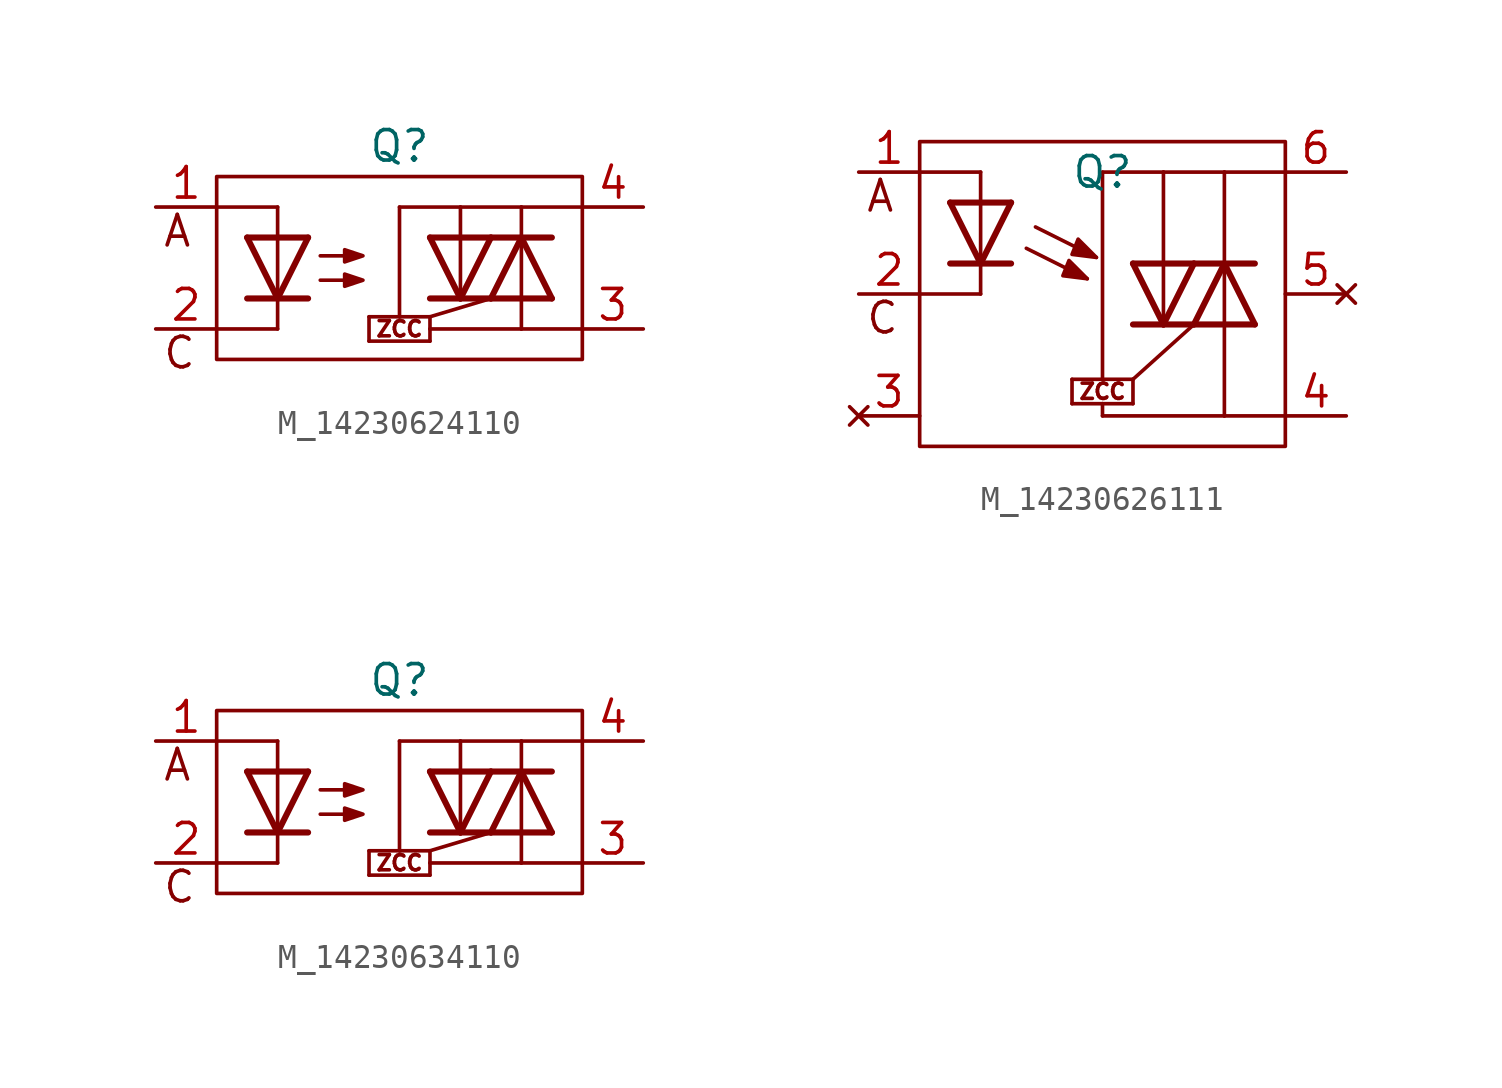
<source format=kicad_sym>
(kicad_symbol_lib
  (version 20220914)
  (generator kicad_symbol_editor)
  (symbol "M_14230624110"
    (pin_names hide)
    (property "Reference" "Q"
      (at 0 5.08 0)
      (effects (font (size 1.27 1.27))))
    (symbol "M_14230624110_0_0"
      (polyline (pts (xy -5.08 -2.54) (xy -7.62 -2.54)) (stroke (width 0.152) (type default)) (fill (type none)))
      (polyline (pts (xy -5.08 -1.27) (xy -6.35 -1.27)) (stroke (width 0.254) (type default)) (fill (type none)))
      (polyline (pts (xy -5.08 -1.27) (xy -6.35 1.27)) (stroke (width 0.254) (type default)) (fill (type none)))
      (polyline (pts (xy -5.08 -1.27) (xy -5.08 -2.54)) (stroke (width 0.152) (type default)) (fill (type none)))
      (polyline (pts (xy -5.08 1.27) (xy -6.35 1.27)) (stroke (width 0.254) (type default)) (fill (type none)))
      (polyline (pts (xy -5.08 1.27) (xy -5.08 -1.27)) (stroke (width 0.152) (type default)) (fill (type none)))
      (polyline (pts (xy -5.08 1.27) (xy -5.08 2.54)) (stroke (width 0.152) (type default)) (fill (type none)))
      (polyline (pts (xy -3.81 -1.27) (xy -5.08 -1.27)) (stroke (width 0.254) (type default)) (fill (type none)))
      (polyline (pts (xy -3.81 1.27) (xy -5.08 -1.27)) (stroke (width 0.254) (type default)) (fill (type none)))
      (polyline (pts (xy -3.81 1.27) (xy -5.08 1.27)) (stroke (width 0.254) (type default)) (fill (type none)))
      (polyline (pts (xy -3.302 -0.508) (xy -2.032 -0.508)) (stroke (width 0.152) (type default)) (fill (type none)))
      (polyline (pts (xy -3.302 0.508) (xy -2.032 0.508)) (stroke (width 0.152) (type default)) (fill (type none)))
      (polyline (pts (xy -1.27 -3.048) (xy -1.27 -2.032)) (stroke (width 0.152) (type default)) (fill (type none)))
      (polyline (pts (xy -1.27 -2.032) (xy 0 -2.032)) (stroke (width 0.152) (type default)) (fill (type none)))
      (polyline (pts (xy 0 -2.032) (xy 1.27 -2.032)) (stroke (width 0.152) (type default)) (fill (type none)))
      (polyline (pts (xy 0 2.54) (xy 0 -2.032)) (stroke (width 0.152) (type default)) (fill (type none)))
      (polyline (pts (xy 1.27 -3.048) (xy -1.27 -3.048)) (stroke (width 0.152) (type default)) (fill (type none)))
      (polyline (pts (xy 1.27 -2.54) (xy 1.27 -3.048)) (stroke (width 0.152) (type default)) (fill (type none)))
      (polyline (pts (xy 1.27 -2.54) (xy 5.08 -2.54)) (stroke (width 0.152) (type default)) (fill (type none)))
      (polyline (pts (xy 1.27 -2.032) (xy 1.27 -2.54)) (stroke (width 0.152) (type default)) (fill (type none)))
      (polyline (pts (xy 2.54 -1.27) (xy 1.27 -1.27)) (stroke (width 0.254) (type default)) (fill (type none)))
      (polyline (pts (xy 2.54 -1.27) (xy 1.27 1.27)) (stroke (width 0.254) (type default)) (fill (type none)))
      (polyline (pts (xy 2.54 1.27) (xy 1.27 1.27)) (stroke (width 0.254) (type default)) (fill (type none)))
      (polyline (pts (xy 2.54 1.27) (xy 2.54 -1.27)) (stroke (width 0.152) (type default)) (fill (type none)))
      (polyline (pts (xy 2.54 1.27) (xy 2.54 2.54)) (stroke (width 0.152) (type default)) (fill (type none)))
      (polyline (pts (xy 2.54 2.54) (xy 0 2.54)) (stroke (width 0.152) (type default)) (fill (type none)))
      (polyline (pts (xy 3.81 -1.27) (xy 1.27 -2.032)) (stroke (width 0.152) (type default)) (fill (type none)))
      (polyline (pts (xy 3.81 -1.27) (xy 2.54 -1.27)) (stroke (width 0.254) (type default)) (fill (type none)))
      (polyline (pts (xy 3.81 -1.27) (xy 5.08 -1.27)) (stroke (width 0.254) (type default)) (fill (type none)))
      (polyline (pts (xy 3.81 -1.27) (xy 5.08 1.27)) (stroke (width 0.254) (type default)) (fill (type none)))
      (polyline (pts (xy 3.81 1.27) (xy 2.54 -1.27)) (stroke (width 0.254) (type default)) (fill (type none)))
      (polyline (pts (xy 3.81 1.27) (xy 2.54 1.27)) (stroke (width 0.254) (type default)) (fill (type none)))
      (polyline (pts (xy 3.81 1.27) (xy 5.08 1.27)) (stroke (width 0.254) (type default)) (fill (type none)))
      (polyline (pts (xy 5.08 -1.27) (xy 5.08 -2.54)) (stroke (width 0.152) (type default)) (fill (type none)))
      (polyline (pts (xy 5.08 -1.27) (xy 5.08 1.27)) (stroke (width 0.152) (type default)) (fill (type none)))
      (polyline (pts (xy 5.08 -1.27) (xy 6.35 -1.27)) (stroke (width 0.254) (type default)) (fill (type none)))
      (polyline (pts (xy 5.08 1.27) (xy 5.08 2.54)) (stroke (width 0.152) (type default)) (fill (type none)))
      (polyline (pts (xy 5.08 1.27) (xy 6.35 -1.27)) (stroke (width 0.254) (type default)) (fill (type none)))
      (polyline (pts (xy 5.08 1.27) (xy 6.35 1.27)) (stroke (width 0.254) (type default)) (fill (type none)))
      (polyline (pts (xy 5.08 2.54) (xy 2.54 2.54)) (stroke (width 0.152) (type default)) (fill (type none)))
      (polyline (pts (xy 7.62 -2.54) (xy 5.08 -2.54)) (stroke (width 0.152) (type default)) (fill (type none)))
      (polyline (pts (xy 7.62 2.54) (xy 5.08 2.54)) (stroke (width 0.152) (type default)) (fill (type none)))
      (polyline (pts (xy -2.286 -0.254) (xy -1.524 -0.508) (xy -2.286 -0.762) (xy -2.286 -0.254)) (stroke (width 0.152) (type default)) (fill (type outline)))
      (polyline (pts (xy -2.286 0.762) (xy -1.524 0.508) (xy -2.286 0.254) (xy -2.286 0.762)) (stroke (width 0.152) (type default)) (fill (type outline)))
      (text "A" (at -9.906 2.286 0) (effects (font (size 1.27 1.27)) (justify left top)))
      (text "C" (at -9.906 -2.794 0) (effects (font (size 1.27 1.27)) (justify left top))))
    (symbol "M_14230624110_0_1"
      (rectangle (start -7.62 3.81) (end 7.62 -3.81) (stroke (width 0) (type default)) (fill (type none))))
    (symbol "M_14230624110_1_0"
      (polyline (pts (xy -5.08 2.54) (xy -7.62 2.54)) (stroke (width 0.152) (type default)) (fill (type none)))
      (text "ZCC" (at 0 -2.54 0) (effects (font (size 0.635 0.635))))
      (pin passive line (at -10.16 2.54 0) (length 2.54) (name "Anode" (effects (font (size 1.27 1.27)))) (number "1" (effects (font (size 1.27 1.27)))))
      (pin passive line (at -10.16 -2.54 0) (length 2.54) (name "Cathode" (effects (font (size 1.27 1.27)))) (number "2" (effects (font (size 1.27 1.27)))))
      (pin passive line (at 10.16 -2.54 180) (length 2.54) (name "Teminal" (effects (font (size 1.27 1.27)))) (number "3" (effects (font (size 1.27 1.27)))))
      (pin passive line (at 10.16 2.54 180) (length 2.54) (name "Teminal" (effects (font (size 1.27 1.27)))) (number "4" (effects (font (size 1.27 1.27)))))))
  (symbol "M_14230626111"
    (pin_names hide)
    (property "Reference" "Q"
      (at 0 5.08 0)
      (effects (font (size 1.27 1.27))))
    (symbol "M_14230626111_0_0"
      (rectangle (start -7.62 6.35) (end 7.62 -6.35) (stroke (width 0) (type default)) (fill (type none)))
      (polyline (pts (xy -5.08 0) (xy -7.62 0)) (stroke (width 0.152) (type default)) (fill (type none)))
      (polyline (pts (xy -5.08 1.27) (xy -6.35 1.27)) (stroke (width 0.254) (type default)) (fill (type none)))
      (polyline (pts (xy -5.08 1.27) (xy -6.35 3.81)) (stroke (width 0.254) (type default)) (fill (type none)))
      (polyline (pts (xy -5.08 1.27) (xy -5.08 0)) (stroke (width 0.152) (type default)) (fill (type none)))
      (polyline (pts (xy -5.08 3.81) (xy -6.35 3.81)) (stroke (width 0.254) (type default)) (fill (type none)))
      (polyline (pts (xy -5.08 3.81) (xy -5.08 1.27)) (stroke (width 0.152) (type default)) (fill (type none)))
      (polyline (pts (xy -5.08 3.81) (xy -5.08 5.08)) (stroke (width 0.152) (type default)) (fill (type none)))
      (polyline (pts (xy -5.08 5.08) (xy -7.62 5.08)) (stroke (width 0.152) (type default)) (fill (type none)))
      (polyline (pts (xy -3.81 1.27) (xy -5.08 1.27)) (stroke (width 0.254) (type default)) (fill (type none)))
      (polyline (pts (xy -3.81 3.81) (xy -5.08 1.27)) (stroke (width 0.254) (type default)) (fill (type none)))
      (polyline (pts (xy -3.81 3.81) (xy -5.08 3.81)) (stroke (width 0.254) (type default)) (fill (type none)))
      (polyline (pts (xy -3.175 1.905) (xy -0.635 0.635)) (stroke (width 0.152) (type default)) (fill (type none)))
      (polyline (pts (xy -2.794 2.794) (xy -0.254 1.524)) (stroke (width 0.152) (type default)) (fill (type none)))
      (polyline (pts (xy -1.27 -4.572) (xy -1.27 -3.556)) (stroke (width 0.152) (type default)) (fill (type none)))
      (polyline (pts (xy -1.27 -3.556) (xy 0 -3.556)) (stroke (width 0.152) (type default)) (fill (type none)))
      (polyline (pts (xy 0 -5.08) (xy 5.08 -5.08)) (stroke (width 0.152) (type default)) (fill (type none)))
      (polyline (pts (xy 0 -4.572) (xy -1.27 -4.572)) (stroke (width 0.152) (type default)) (fill (type none)))
      (polyline (pts (xy 0 -4.572) (xy 0 -5.08)) (stroke (width 0.152) (type default)) (fill (type none)))
      (polyline (pts (xy 0 -3.556) (xy 1.27 -3.556)) (stroke (width 0.152) (type default)) (fill (type none)))
      (polyline (pts (xy 0 5.08) (xy 0 -3.556)) (stroke (width 0.152) (type default)) (fill (type none)))
      (polyline (pts (xy 1.27 -4.572) (xy 0 -4.572)) (stroke (width 0.152) (type default)) (fill (type none)))
      (polyline (pts (xy 1.27 -3.556) (xy 1.27 -4.572)) (stroke (width 0.152) (type default)) (fill (type none)))
      (polyline (pts (xy 1.27 -3.556) (xy 3.81 -1.27)) (stroke (width 0.152) (type default)) (fill (type none)))
      (polyline (pts (xy 2.54 -1.27) (xy 1.27 -1.27)) (stroke (width 0.254) (type default)) (fill (type none)))
      (polyline (pts (xy 2.54 -1.27) (xy 1.27 1.27)) (stroke (width 0.254) (type default)) (fill (type none)))
      (polyline (pts (xy 2.54 1.27) (xy 1.27 1.27)) (stroke (width 0.254) (type default)) (fill (type none)))
      (polyline (pts (xy 2.54 1.27) (xy 2.54 -1.27)) (stroke (width 0.152) (type default)) (fill (type none)))
      (polyline (pts (xy 2.54 1.27) (xy 2.54 5.08)) (stroke (width 0.152) (type default)) (fill (type none)))
      (polyline (pts (xy 2.54 5.08) (xy 0 5.08)) (stroke (width 0.152) (type default)) (fill (type none)))
      (polyline (pts (xy 3.81 -1.27) (xy 2.54 -1.27)) (stroke (width 0.254) (type default)) (fill (type none)))
      (polyline (pts (xy 3.81 -1.27) (xy 5.08 -1.27)) (stroke (width 0.254) (type default)) (fill (type none)))
      (polyline (pts (xy 3.81 -1.27) (xy 5.08 1.27)) (stroke (width 0.254) (type default)) (fill (type none)))
      (polyline (pts (xy 3.81 1.27) (xy 2.54 -1.27)) (stroke (width 0.254) (type default)) (fill (type none)))
      (polyline (pts (xy 3.81 1.27) (xy 2.54 1.27)) (stroke (width 0.254) (type default)) (fill (type none)))
      (polyline (pts (xy 3.81 1.27) (xy 5.08 1.27)) (stroke (width 0.254) (type default)) (fill (type none)))
      (polyline (pts (xy 5.08 -1.27) (xy 5.08 -5.08)) (stroke (width 0.152) (type default)) (fill (type none)))
      (polyline (pts (xy 5.08 -1.27) (xy 5.08 1.27)) (stroke (width 0.152) (type default)) (fill (type none)))
      (polyline (pts (xy 5.08 -1.27) (xy 6.35 -1.27)) (stroke (width 0.254) (type default)) (fill (type none)))
      (polyline (pts (xy 5.08 1.27) (xy 5.08 5.08)) (stroke (width 0.152) (type default)) (fill (type none)))
      (polyline (pts (xy 5.08 1.27) (xy 6.35 -1.27)) (stroke (width 0.254) (type default)) (fill (type none)))
      (polyline (pts (xy 5.08 1.27) (xy 6.35 1.27)) (stroke (width 0.254) (type default)) (fill (type none)))
      (polyline (pts (xy 5.08 5.08) (xy 2.54 5.08)) (stroke (width 0.152) (type default)) (fill (type none)))
      (polyline (pts (xy 7.62 -5.08) (xy 5.08 -5.08)) (stroke (width 0.152) (type default)) (fill (type none)))
      (polyline (pts (xy 7.62 5.08) (xy 5.08 5.08)) (stroke (width 0.152) (type default)) (fill (type none)))
      (polyline (pts (xy -1.397 1.397) (xy -0.635 0.635) (xy -1.651 0.762) (xy -1.397 1.397)) (stroke (width 0.152) (type default)) (fill (type outline)))
      (polyline (pts (xy -1.016 2.286) (xy -0.254 1.524) (xy -1.27 1.651) (xy -1.016 2.286)) (stroke (width 0.152) (type default)) (fill (type outline)))
      (text "A" (at -9.906 4.826 0) (effects (font (size 1.27 1.27)) (justify left top)))
      (text "C" (at -9.906 -0.254 0) (effects (font (size 1.27 1.27)) (justify left top))))
    (symbol "M_14230626111_1_0"
      (text "ZCC" (at 0 -4.064 0) (effects (font (size 0.635 0.635))))
      (pin passive line (at -10.16 5.08 0) (length 2.54) (name "Anode" (effects (font (size 1.27 1.27)))) (number "1" (effects (font (size 1.27 1.27)))))
      (pin passive line (at -10.16 0 0) (length 2.54) (name "Cathode" (effects (font (size 1.27 1.27)))) (number "2" (effects (font (size 1.27 1.27)))))
      (pin no_connect line (at -10.16 -5.08 0) (length 2.54) (name "NC" (effects (font (size 1.27 1.27)))) (number "3" (effects (font (size 1.27 1.27)))))
      (pin passive line (at 10.16 -5.08 180) (length 2.54) (name "Teminal" (effects (font (size 1.27 1.27)))) (number "4" (effects (font (size 1.27 1.27)))))
      (pin no_connect line (at 10.16 0 180) (length 2.54) (name "NC" (effects (font (size 1.27 1.27)))) (number "5" (effects (font (size 1.27 1.27)))))
      (pin passive line (at 10.16 5.08 180) (length 2.54) (name "Teminal" (effects (font (size 1.27 1.27)))) (number "6" (effects (font (size 1.27 1.27)))))))
  (symbol "M_14230634110"
    (pin_names hide)
    (property "Reference" "Q"
      (at 0 5.08 0)
      (effects (font (size 1.27 1.27))))
    (symbol "M_14230634110_0_0"
      (polyline (pts (xy -5.08 -2.54) (xy -7.62 -2.54)) (stroke (width 0.152) (type default)) (fill (type none)))
      (polyline (pts (xy -5.08 -1.27) (xy -6.35 -1.27)) (stroke (width 0.254) (type default)) (fill (type none)))
      (polyline (pts (xy -5.08 -1.27) (xy -6.35 1.27)) (stroke (width 0.254) (type default)) (fill (type none)))
      (polyline (pts (xy -5.08 -1.27) (xy -5.08 -2.54)) (stroke (width 0.152) (type default)) (fill (type none)))
      (polyline (pts (xy -5.08 1.27) (xy -6.35 1.27)) (stroke (width 0.254) (type default)) (fill (type none)))
      (polyline (pts (xy -5.08 1.27) (xy -5.08 -1.27)) (stroke (width 0.152) (type default)) (fill (type none)))
      (polyline (pts (xy -5.08 1.27) (xy -5.08 2.54)) (stroke (width 0.152) (type default)) (fill (type none)))
      (polyline (pts (xy -3.81 -1.27) (xy -5.08 -1.27)) (stroke (width 0.254) (type default)) (fill (type none)))
      (polyline (pts (xy -3.81 1.27) (xy -5.08 -1.27)) (stroke (width 0.254) (type default)) (fill (type none)))
      (polyline (pts (xy -3.81 1.27) (xy -5.08 1.27)) (stroke (width 0.254) (type default)) (fill (type none)))
      (polyline (pts (xy -3.302 -0.508) (xy -2.032 -0.508)) (stroke (width 0.152) (type default)) (fill (type none)))
      (polyline (pts (xy -3.302 0.508) (xy -2.032 0.508)) (stroke (width 0.152) (type default)) (fill (type none)))
      (polyline (pts (xy -1.27 -3.048) (xy -1.27 -2.032)) (stroke (width 0.152) (type default)) (fill (type none)))
      (polyline (pts (xy -1.27 -2.032) (xy 0 -2.032)) (stroke (width 0.152) (type default)) (fill (type none)))
      (polyline (pts (xy 0 -2.032) (xy 1.27 -2.032)) (stroke (width 0.152) (type default)) (fill (type none)))
      (polyline (pts (xy 0 2.54) (xy 0 -2.032)) (stroke (width 0.152) (type default)) (fill (type none)))
      (polyline (pts (xy 1.27 -3.048) (xy -1.27 -3.048)) (stroke (width 0.152) (type default)) (fill (type none)))
      (polyline (pts (xy 1.27 -2.54) (xy 1.27 -3.048)) (stroke (width 0.152) (type default)) (fill (type none)))
      (polyline (pts (xy 1.27 -2.54) (xy 5.08 -2.54)) (stroke (width 0.152) (type default)) (fill (type none)))
      (polyline (pts (xy 1.27 -2.032) (xy 1.27 -2.54)) (stroke (width 0.152) (type default)) (fill (type none)))
      (polyline (pts (xy 2.54 -1.27) (xy 1.27 -1.27)) (stroke (width 0.254) (type default)) (fill (type none)))
      (polyline (pts (xy 2.54 -1.27) (xy 1.27 1.27)) (stroke (width 0.254) (type default)) (fill (type none)))
      (polyline (pts (xy 2.54 1.27) (xy 1.27 1.27)) (stroke (width 0.254) (type default)) (fill (type none)))
      (polyline (pts (xy 2.54 1.27) (xy 2.54 -1.27)) (stroke (width 0.152) (type default)) (fill (type none)))
      (polyline (pts (xy 2.54 1.27) (xy 2.54 2.54)) (stroke (width 0.152) (type default)) (fill (type none)))
      (polyline (pts (xy 2.54 2.54) (xy 0 2.54)) (stroke (width 0.152) (type default)) (fill (type none)))
      (polyline (pts (xy 3.81 -1.27) (xy 1.27 -2.032)) (stroke (width 0.152) (type default)) (fill (type none)))
      (polyline (pts (xy 3.81 -1.27) (xy 2.54 -1.27)) (stroke (width 0.254) (type default)) (fill (type none)))
      (polyline (pts (xy 3.81 -1.27) (xy 5.08 -1.27)) (stroke (width 0.254) (type default)) (fill (type none)))
      (polyline (pts (xy 3.81 -1.27) (xy 5.08 1.27)) (stroke (width 0.254) (type default)) (fill (type none)))
      (polyline (pts (xy 3.81 1.27) (xy 2.54 -1.27)) (stroke (width 0.254) (type default)) (fill (type none)))
      (polyline (pts (xy 3.81 1.27) (xy 2.54 1.27)) (stroke (width 0.254) (type default)) (fill (type none)))
      (polyline (pts (xy 3.81 1.27) (xy 5.08 1.27)) (stroke (width 0.254) (type default)) (fill (type none)))
      (polyline (pts (xy 5.08 -1.27) (xy 5.08 -2.54)) (stroke (width 0.152) (type default)) (fill (type none)))
      (polyline (pts (xy 5.08 -1.27) (xy 5.08 1.27)) (stroke (width 0.152) (type default)) (fill (type none)))
      (polyline (pts (xy 5.08 -1.27) (xy 6.35 -1.27)) (stroke (width 0.254) (type default)) (fill (type none)))
      (polyline (pts (xy 5.08 1.27) (xy 5.08 2.54)) (stroke (width 0.152) (type default)) (fill (type none)))
      (polyline (pts (xy 5.08 1.27) (xy 6.35 -1.27)) (stroke (width 0.254) (type default)) (fill (type none)))
      (polyline (pts (xy 5.08 1.27) (xy 6.35 1.27)) (stroke (width 0.254) (type default)) (fill (type none)))
      (polyline (pts (xy 5.08 2.54) (xy 2.54 2.54)) (stroke (width 0.152) (type default)) (fill (type none)))
      (polyline (pts (xy 7.62 -2.54) (xy 5.08 -2.54)) (stroke (width 0.152) (type default)) (fill (type none)))
      (polyline (pts (xy 7.62 2.54) (xy 5.08 2.54)) (stroke (width 0.152) (type default)) (fill (type none)))
      (polyline (pts (xy -2.286 -0.254) (xy -1.524 -0.508) (xy -2.286 -0.762) (xy -2.286 -0.254)) (stroke (width 0.152) (type default)) (fill (type outline)))
      (polyline (pts (xy -2.286 0.762) (xy -1.524 0.508) (xy -2.286 0.254) (xy -2.286 0.762)) (stroke (width 0.152) (type default)) (fill (type outline)))
      (text "A" (at -9.906 2.286 0) (effects (font (size 1.27 1.27)) (justify left top)))
      (text "C" (at -9.906 -2.794 0) (effects (font (size 1.27 1.27)) (justify left top))))
    (symbol "M_14230634110_0_1"
      (rectangle (start -7.62 3.81) (end 7.62 -3.81) (stroke (width 0) (type default)) (fill (type none))))
    (symbol "M_14230634110_1_0"
      (polyline (pts (xy -5.08 2.54) (xy -7.62 2.54)) (stroke (width 0.152) (type default)) (fill (type none)))
      (text "ZCC" (at 0 -2.54 0) (effects (font (size 0.635 0.635))))
      (pin passive line (at -10.16 2.54 0) (length 2.54) (name "Anode" (effects (font (size 1.27 1.27)))) (number "1" (effects (font (size 1.27 1.27)))))
      (pin passive line (at -10.16 -2.54 0) (length 2.54) (name "Cathode" (effects (font (size 1.27 1.27)))) (number "2" (effects (font (size 1.27 1.27)))))
      (pin passive line (at 10.16 -2.54 180) (length 2.54) (name "Teminal" (effects (font (size 1.27 1.27)))) (number "3" (effects (font (size 1.27 1.27)))))
      (pin passive line (at 10.16 2.54 180) (length 2.54) (name "Teminal" (effects (font (size 1.27 1.27)))) (number "4" (effects (font (size 1.27 1.27))))))))
</source>
